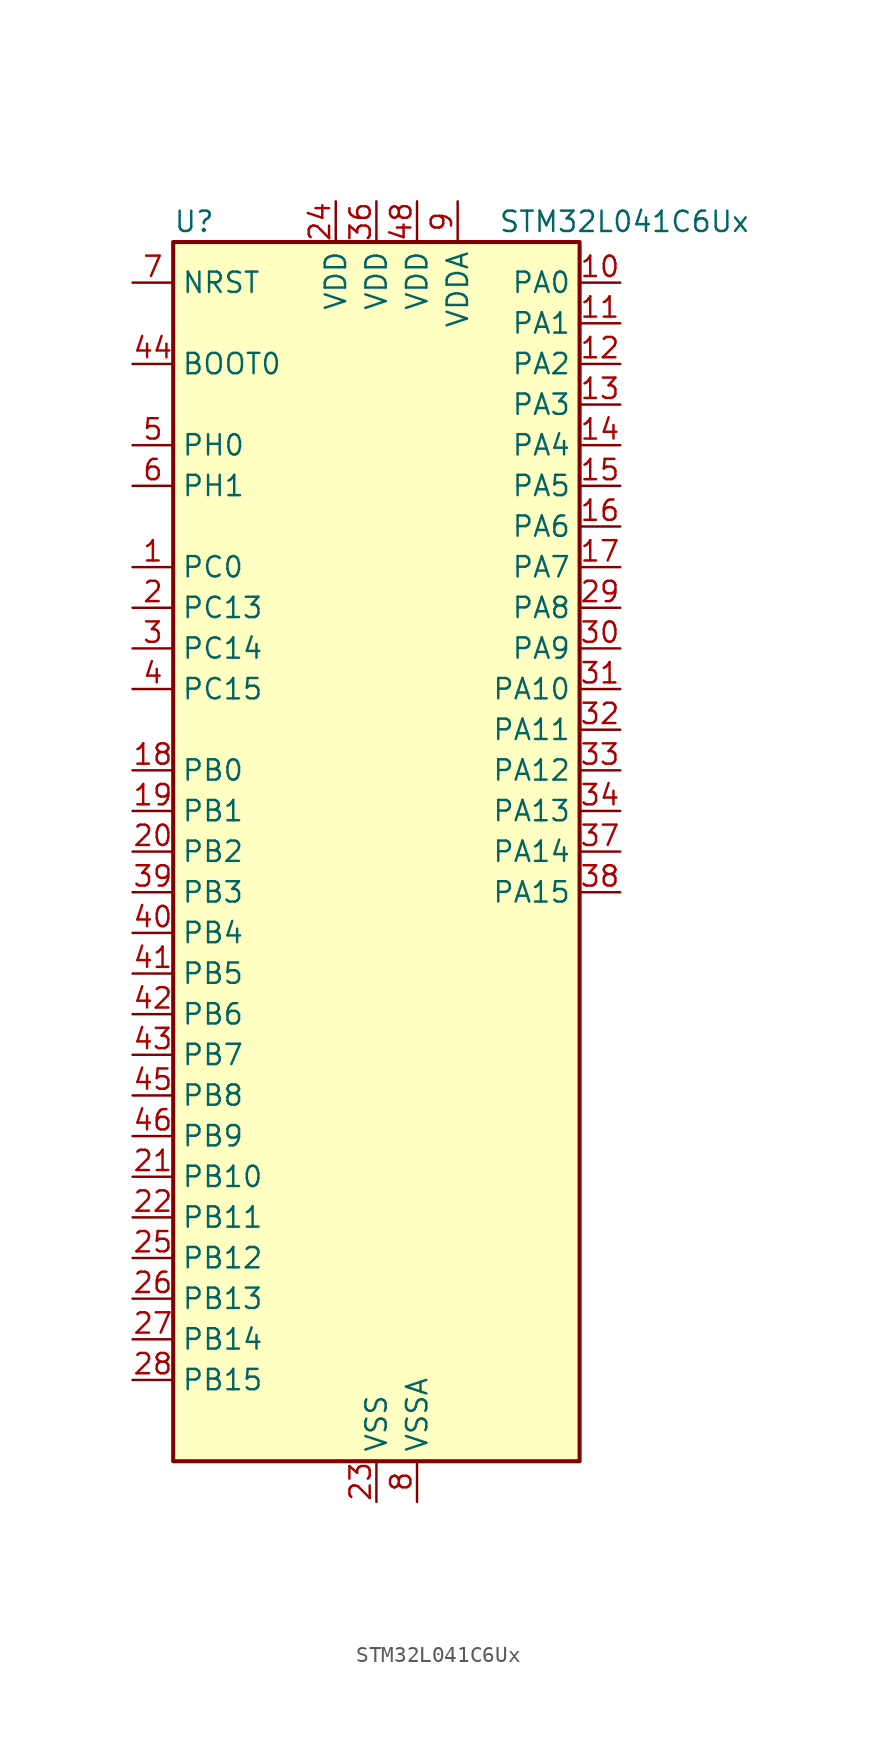
<source format=kicad_sym>
(kicad_symbol_lib
  (version 20220914)
  (generator kicad_symbol_editor)
  (symbol "STM32L041C6Ux"
    (property "Reference" "U"
      (at -12.7 39.37 0)
      (effects (font (size 1.27 1.27)) (justify left)))
    (property "Value" "STM32L041C6Ux"
      (at 7.62 39.37 0)
      (effects (font (size 1.27 1.27)) (justify left)))
    (property "ki_locked" ""
      (at 0 0 0)
      (effects (font (size 1.27 1.27))))
    (symbol "STM32L041C6Ux_0_1"
      (rectangle (start -12.7 -38.1) (end 12.7 38.1) (stroke (width 0.254) (type default)) (fill (type background))))
    (symbol "STM32L041C6Ux_1_1"
      (pin bidirectional line (at -15.24 17.78 0) (length 2.54) (name "PC0" (effects (font (size 1.27 1.27)))) (number "1" (effects (font (size 1.27 1.27)))) (alternate "LPTIM1_IN1" bidirectional line) (alternate "LPUART1_RX" bidirectional line))
      (pin bidirectional line (at 15.24 35.56 180) (length 2.54) (name "PA0" (effects (font (size 1.27 1.27)))) (number "10" (effects (font (size 1.27 1.27)))) (alternate "ADC_IN0" bidirectional line) (alternate "COMP1_INM" bidirectional line) (alternate "COMP1_OUT" bidirectional line) (alternate "LPTIM1_IN1" bidirectional line) (alternate "RTC_TAMP2" bidirectional line) (alternate "SYS_WKUP1" bidirectional line) (alternate "TIM2_CH1" bidirectional line) (alternate "TIM2_ETR" bidirectional line) (alternate "USART2_CTS" bidirectional line))
      (pin bidirectional line (at 15.24 33.02 180) (length 2.54) (name "PA1" (effects (font (size 1.27 1.27)))) (number "11" (effects (font (size 1.27 1.27)))) (alternate "ADC_IN1" bidirectional line) (alternate "COMP1_INP" bidirectional line) (alternate "I2C1_SMBA" bidirectional line) (alternate "LPTIM1_IN2" bidirectional line) (alternate "TIM21_ETR" bidirectional line) (alternate "TIM2_CH2" bidirectional line) (alternate "USART2_DE" bidirectional line) (alternate "USART2_RTS" bidirectional line))
      (pin bidirectional line (at 15.24 30.48 180) (length 2.54) (name "PA2" (effects (font (size 1.27 1.27)))) (number "12" (effects (font (size 1.27 1.27)))) (alternate "ADC_IN2" bidirectional line) (alternate "COMP2_INM" bidirectional line) (alternate "COMP2_OUT" bidirectional line) (alternate "LPUART1_TX" bidirectional line) (alternate "RTC_OUT_ALARM" bidirectional line) (alternate "RTC_OUT_CALIB" bidirectional line) (alternate "RTC_TAMP3" bidirectional line) (alternate "RTC_TS" bidirectional line) (alternate "SYS_WKUP3" bidirectional line) (alternate "TIM21_CH1" bidirectional line) (alternate "TIM2_CH3" bidirectional line) (alternate "USART2_TX" bidirectional line))
      (pin bidirectional line (at 15.24 27.94 180) (length 2.54) (name "PA3" (effects (font (size 1.27 1.27)))) (number "13" (effects (font (size 1.27 1.27)))) (alternate "ADC_IN3" bidirectional line) (alternate "COMP2_INP" bidirectional line) (alternate "LPUART1_RX" bidirectional line) (alternate "TIM21_CH2" bidirectional line) (alternate "TIM2_CH4" bidirectional line) (alternate "USART2_RX" bidirectional line))
      (pin bidirectional line (at 15.24 25.4 180) (length 2.54) (name "PA4" (effects (font (size 1.27 1.27)))) (number "14" (effects (font (size 1.27 1.27)))) (alternate "ADC_IN4" bidirectional line) (alternate "COMP1_INM" bidirectional line) (alternate "COMP2_INM" bidirectional line) (alternate "LPTIM1_IN1" bidirectional line) (alternate "SPI1_NSS" bidirectional line) (alternate "TIM22_ETR" bidirectional line) (alternate "USART2_CK" bidirectional line))
      (pin bidirectional line (at 15.24 22.86 180) (length 2.54) (name "PA5" (effects (font (size 1.27 1.27)))) (number "15" (effects (font (size 1.27 1.27)))) (alternate "ADC_IN5" bidirectional line) (alternate "COMP1_INM" bidirectional line) (alternate "COMP2_INM" bidirectional line) (alternate "LPTIM1_IN2" bidirectional line) (alternate "SPI1_SCK" bidirectional line) (alternate "TIM2_CH1" bidirectional line) (alternate "TIM2_ETR" bidirectional line))
      (pin bidirectional line (at 15.24 20.32 180) (length 2.54) (name "PA6" (effects (font (size 1.27 1.27)))) (number "16" (effects (font (size 1.27 1.27)))) (alternate "ADC_IN6" bidirectional line) (alternate "COMP1_OUT" bidirectional line) (alternate "LPTIM1_ETR" bidirectional line) (alternate "LPUART1_CTS" bidirectional line) (alternate "SPI1_MISO" bidirectional line) (alternate "TIM22_CH1" bidirectional line))
      (pin bidirectional line (at 15.24 17.78 180) (length 2.54) (name "PA7" (effects (font (size 1.27 1.27)))) (number "17" (effects (font (size 1.27 1.27)))) (alternate "ADC_IN7" bidirectional line) (alternate "COMP2_OUT" bidirectional line) (alternate "LPTIM1_OUT" bidirectional line) (alternate "SPI1_MOSI" bidirectional line) (alternate "TIM22_CH2" bidirectional line) (alternate "USART2_CTS" bidirectional line))
      (pin bidirectional line (at -15.24 5.08 0) (length 2.54) (name "PB0" (effects (font (size 1.27 1.27)))) (number "18" (effects (font (size 1.27 1.27)))) (alternate "ADC_IN8" bidirectional line) (alternate "SPI1_MISO" bidirectional line) (alternate "SYS_VREF_OUT_PB0" bidirectional line) (alternate "TIM2_CH3" bidirectional line) (alternate "USART2_DE" bidirectional line) (alternate "USART2_RTS" bidirectional line))
      (pin bidirectional line (at -15.24 2.54 0) (length 2.54) (name "PB1" (effects (font (size 1.27 1.27)))) (number "19" (effects (font (size 1.27 1.27)))) (alternate "ADC_IN9" bidirectional line) (alternate "LPUART1_DE" bidirectional line) (alternate "LPUART1_RTS" bidirectional line) (alternate "SPI1_MOSI" bidirectional line) (alternate "SYS_VREF_OUT_PB1" bidirectional line) (alternate "TIM2_CH4" bidirectional line) (alternate "USART2_CK" bidirectional line))
      (pin bidirectional line (at -15.24 15.24 0) (length 2.54) (name "PC13" (effects (font (size 1.27 1.27)))) (number "2" (effects (font (size 1.27 1.27)))) (alternate "RTC_TAMP1" bidirectional line) (alternate "SYS_WKUP2" bidirectional line))
      (pin bidirectional line (at -15.24 0 0) (length 2.54) (name "PB2" (effects (font (size 1.27 1.27)))) (number "20" (effects (font (size 1.27 1.27)))) (alternate "LPTIM1_OUT" bidirectional line))
      (pin bidirectional line (at -15.24 -20.32 0) (length 2.54) (name "PB10" (effects (font (size 1.27 1.27)))) (number "21" (effects (font (size 1.27 1.27)))) (alternate "LPUART1_TX" bidirectional line) (alternate "TIM2_CH3" bidirectional line))
      (pin bidirectional line (at -15.24 -22.86 0) (length 2.54) (name "PB11" (effects (font (size 1.27 1.27)))) (number "22" (effects (font (size 1.27 1.27)))) (alternate "ADC_EXTI11" bidirectional line) (alternate "LPUART1_RX" bidirectional line) (alternate "TIM2_CH4" bidirectional line))
      (pin power_in line (at 0 -40.64 90) (length 2.54) (name "VSS" (effects (font (size 1.27 1.27)))) (number "23" (effects (font (size 1.27 1.27)))))
      (pin power_in line (at -2.54 40.64 270) (length 2.54) (name "VDD" (effects (font (size 1.27 1.27)))) (number "24" (effects (font (size 1.27 1.27)))))
      (pin bidirectional line (at -15.24 -25.4 0) (length 2.54) (name "PB12" (effects (font (size 1.27 1.27)))) (number "25" (effects (font (size 1.27 1.27)))) (alternate "SPI1_NSS" bidirectional line))
      (pin bidirectional line (at -15.24 -27.94 0) (length 2.54) (name "PB13" (effects (font (size 1.27 1.27)))) (number "26" (effects (font (size 1.27 1.27)))) (alternate "LPUART1_CTS" bidirectional line) (alternate "RCC_MCO" bidirectional line) (alternate "SPI1_SCK" bidirectional line) (alternate "TIM21_CH1" bidirectional line))
      (pin bidirectional line (at -15.24 -30.48 0) (length 2.54) (name "PB14" (effects (font (size 1.27 1.27)))) (number "27" (effects (font (size 1.27 1.27)))) (alternate "LPUART1_DE" bidirectional line) (alternate "LPUART1_RTS" bidirectional line) (alternate "RTC_OUT_ALARM" bidirectional line) (alternate "RTC_OUT_CALIB" bidirectional line) (alternate "SPI1_MISO" bidirectional line) (alternate "TIM21_CH2" bidirectional line))
      (pin bidirectional line (at -15.24 -33.02 0) (length 2.54) (name "PB15" (effects (font (size 1.27 1.27)))) (number "28" (effects (font (size 1.27 1.27)))) (alternate "RTC_REFIN" bidirectional line) (alternate "SPI1_MOSI" bidirectional line))
      (pin bidirectional line (at 15.24 15.24 180) (length 2.54) (name "PA8" (effects (font (size 1.27 1.27)))) (number "29" (effects (font (size 1.27 1.27)))) (alternate "LPTIM1_IN1" bidirectional line) (alternate "RCC_MCO" bidirectional line) (alternate "TIM2_CH1" bidirectional line) (alternate "USART2_CK" bidirectional line))
      (pin bidirectional line (at -15.24 12.7 0) (length 2.54) (name "PC14" (effects (font (size 1.27 1.27)))) (number "3" (effects (font (size 1.27 1.27)))) (alternate "RCC_OSC32_IN" bidirectional line))
      (pin bidirectional line (at 15.24 12.7 180) (length 2.54) (name "PA9" (effects (font (size 1.27 1.27)))) (number "30" (effects (font (size 1.27 1.27)))) (alternate "I2C1_SCL" bidirectional line) (alternate "RCC_MCO" bidirectional line) (alternate "TIM22_CH1" bidirectional line) (alternate "USART2_TX" bidirectional line))
      (pin bidirectional line (at 15.24 10.16 180) (length 2.54) (name "PA10" (effects (font (size 1.27 1.27)))) (number "31" (effects (font (size 1.27 1.27)))) (alternate "I2C1_SDA" bidirectional line) (alternate "TIM22_CH2" bidirectional line) (alternate "USART2_RX" bidirectional line))
      (pin bidirectional line (at 15.24 7.62 180) (length 2.54) (name "PA11" (effects (font (size 1.27 1.27)))) (number "32" (effects (font (size 1.27 1.27)))) (alternate "ADC_EXTI11" bidirectional line) (alternate "COMP1_OUT" bidirectional line) (alternate "SPI1_MISO" bidirectional line) (alternate "TIM21_CH2" bidirectional line) (alternate "USART2_CTS" bidirectional line))
      (pin bidirectional line (at 15.24 5.08 180) (length 2.54) (name "PA12" (effects (font (size 1.27 1.27)))) (number "33" (effects (font (size 1.27 1.27)))) (alternate "COMP2_OUT" bidirectional line) (alternate "SPI1_MOSI" bidirectional line) (alternate "USART2_DE" bidirectional line) (alternate "USART2_RTS" bidirectional line))
      (pin bidirectional line (at 15.24 2.54 180) (length 2.54) (name "PA13" (effects (font (size 1.27 1.27)))) (number "34" (effects (font (size 1.27 1.27)))) (alternate "LPTIM1_ETR" bidirectional line) (alternate "LPUART1_RX" bidirectional line) (alternate "SYS_SWDIO" bidirectional line))
      (pin passive line (at 0 -40.64 90) (length 2.54) hide (name "VSS" (effects (font (size 1.27 1.27)))) (number "35" (effects (font (size 1.27 1.27)))))
      (pin power_in line (at 0 40.64 270) (length 2.54) (name "VDD" (effects (font (size 1.27 1.27)))) (number "36" (effects (font (size 1.27 1.27)))))
      (pin bidirectional line (at 15.24 0 180) (length 2.54) (name "PA14" (effects (font (size 1.27 1.27)))) (number "37" (effects (font (size 1.27 1.27)))) (alternate "I2C1_SMBA" bidirectional line) (alternate "LPTIM1_OUT" bidirectional line) (alternate "LPUART1_TX" bidirectional line) (alternate "SYS_SWCLK" bidirectional line) (alternate "USART2_TX" bidirectional line))
      (pin bidirectional line (at 15.24 -2.54 180) (length 2.54) (name "PA15" (effects (font (size 1.27 1.27)))) (number "38" (effects (font (size 1.27 1.27)))) (alternate "SPI1_NSS" bidirectional line) (alternate "TIM2_CH1" bidirectional line) (alternate "TIM2_ETR" bidirectional line) (alternate "USART2_RX" bidirectional line))
      (pin bidirectional line (at -15.24 -2.54 0) (length 2.54) (name "PB3" (effects (font (size 1.27 1.27)))) (number "39" (effects (font (size 1.27 1.27)))) (alternate "COMP2_INM" bidirectional line) (alternate "SPI1_SCK" bidirectional line) (alternate "TIM2_CH2" bidirectional line))
      (pin bidirectional line (at -15.24 10.16 0) (length 2.54) (name "PC15" (effects (font (size 1.27 1.27)))) (number "4" (effects (font (size 1.27 1.27)))) (alternate "RCC_OSC32_OUT" bidirectional line))
      (pin bidirectional line (at -15.24 -5.08 0) (length 2.54) (name "PB4" (effects (font (size 1.27 1.27)))) (number "40" (effects (font (size 1.27 1.27)))) (alternate "COMP2_INP" bidirectional line) (alternate "SPI1_MISO" bidirectional line) (alternate "TIM22_CH1" bidirectional line))
      (pin bidirectional line (at -15.24 -7.62 0) (length 2.54) (name "PB5" (effects (font (size 1.27 1.27)))) (number "41" (effects (font (size 1.27 1.27)))) (alternate "COMP2_INP" bidirectional line) (alternate "I2C1_SMBA" bidirectional line) (alternate "LPTIM1_IN1" bidirectional line) (alternate "SPI1_MOSI" bidirectional line) (alternate "TIM22_CH2" bidirectional line))
      (pin bidirectional line (at -15.24 -10.16 0) (length 2.54) (name "PB6" (effects (font (size 1.27 1.27)))) (number "42" (effects (font (size 1.27 1.27)))) (alternate "COMP2_INP" bidirectional line) (alternate "I2C1_SCL" bidirectional line) (alternate "LPTIM1_ETR" bidirectional line) (alternate "TIM21_CH1" bidirectional line) (alternate "USART2_TX" bidirectional line))
      (pin bidirectional line (at -15.24 -12.7 0) (length 2.54) (name "PB7" (effects (font (size 1.27 1.27)))) (number "43" (effects (font (size 1.27 1.27)))) (alternate "COMP2_INP" bidirectional line) (alternate "I2C1_SDA" bidirectional line) (alternate "LPTIM1_IN2" bidirectional line) (alternate "SYS_PVD_IN" bidirectional line) (alternate "USART2_RX" bidirectional line))
      (pin input line (at -15.24 30.48 0) (length 2.54) (name "BOOT0" (effects (font (size 1.27 1.27)))) (number "44" (effects (font (size 1.27 1.27)))))
      (pin bidirectional line (at -15.24 -15.24 0) (length 2.54) (name "PB8" (effects (font (size 1.27 1.27)))) (number "45" (effects (font (size 1.27 1.27)))) (alternate "I2C1_SCL" bidirectional line))
      (pin bidirectional line (at -15.24 -17.78 0) (length 2.54) (name "PB9" (effects (font (size 1.27 1.27)))) (number "46" (effects (font (size 1.27 1.27)))) (alternate "I2C1_SDA" bidirectional line))
      (pin passive line (at 0 -40.64 90) (length 2.54) hide (name "VSS" (effects (font (size 1.27 1.27)))) (number "47" (effects (font (size 1.27 1.27)))))
      (pin power_in line (at 2.54 40.64 270) (length 2.54) (name "VDD" (effects (font (size 1.27 1.27)))) (number "48" (effects (font (size 1.27 1.27)))))
      (pin passive line (at 0 -40.64 90) (length 2.54) hide (name "VSS" (effects (font (size 1.27 1.27)))) (number "49" (effects (font (size 1.27 1.27)))))
      (pin bidirectional line (at -15.24 25.4 0) (length 2.54) (name "PH0" (effects (font (size 1.27 1.27)))) (number "5" (effects (font (size 1.27 1.27)))) (alternate "RCC_OSC_IN" bidirectional line))
      (pin bidirectional line (at -15.24 22.86 0) (length 2.54) (name "PH1" (effects (font (size 1.27 1.27)))) (number "6" (effects (font (size 1.27 1.27)))) (alternate "RCC_OSC_OUT" bidirectional line))
      (pin input line (at -15.24 35.56 0) (length 2.54) (name "NRST" (effects (font (size 1.27 1.27)))) (number "7" (effects (font (size 1.27 1.27)))))
      (pin power_in line (at 2.54 -40.64 90) (length 2.54) (name "VSSA" (effects (font (size 1.27 1.27)))) (number "8" (effects (font (size 1.27 1.27)))))
      (pin power_in line (at 5.08 40.64 270) (length 2.54) (name "VDDA" (effects (font (size 1.27 1.27)))) (number "9" (effects (font (size 1.27 1.27))))))))
</source>
